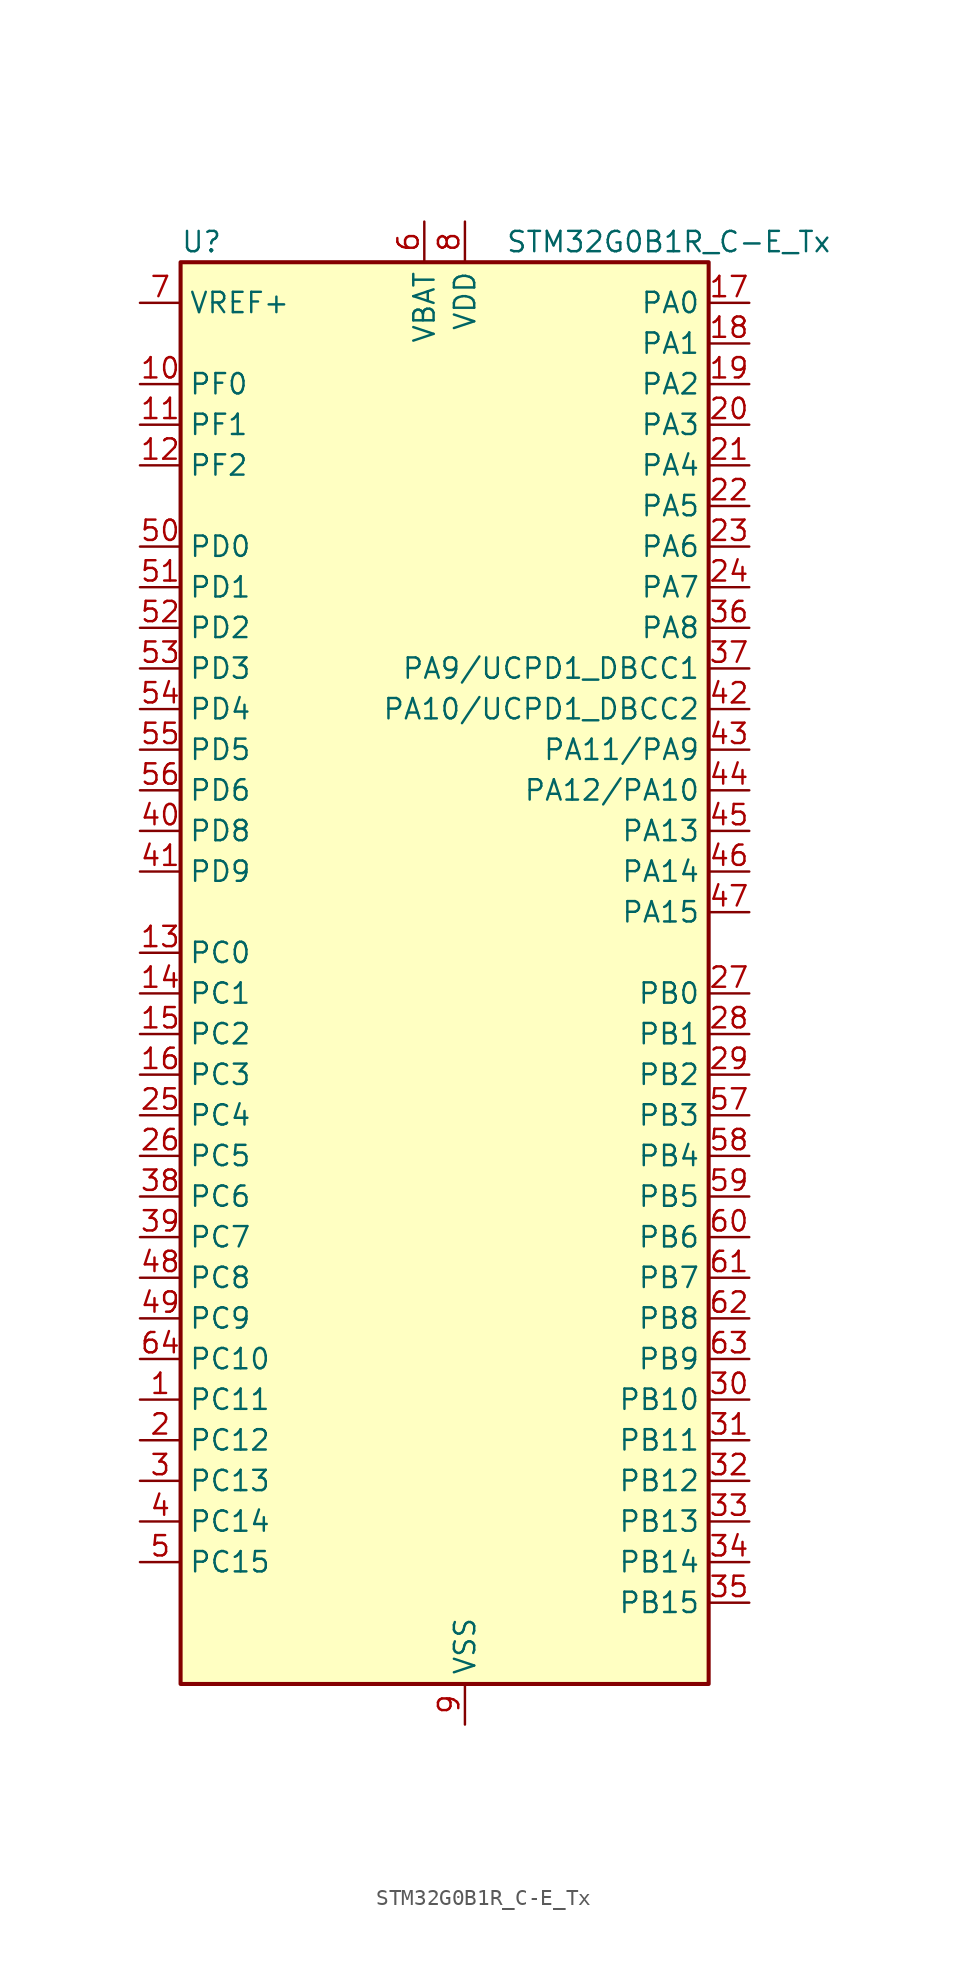
<source format=kicad_sym>
(kicad_symbol_lib
  (version 20211014)
  (generator kicad-library-utils)
  (symbol "STM32G0B1R_C-E_Tx"
    (property "Reference" "U"
      (at -15.24 46.99 0)
      (effects (font (size 1.27 1.27)) (justify left)))
    (property "Value" "STM32G0B1R_C-E_Tx"
      (at 5.08 46.99 0)
      (effects (font (size 1.27 1.27)) (justify left)))
    (property "ki_fp_filters" "LQFP*10x10mm*P0.5mm*"
      (at 0.0 0.0 0.0)
      (effects (font (size 1.27 1.27))))
    (symbol "STM32G0B1R_C-E_Tx_0_1"
      (rectangle (start -15.24 -43.18) (end 17.78 45.72) (stroke (width 0.254)) (fill (type background))))
    (symbol "STM32G0B1R_C-E_Tx_1_1"
      (pin input line (at -17.78 43.18 0) (length 2.54) (name "VREF+" (effects (font (size 1.27 1.27)))) (number "7" (effects (font (size 1.27 1.27)))) (alternate "VREFBUF_OUT" bidirectional line))
      (pin bidirectional line (at -17.78 38.1 0) (length 2.54) (name "PF0" (effects (font (size 1.27 1.27)))) (number "10" (effects (font (size 1.27 1.27)))) (alternate "CRS1_SYNC" bidirectional line) (alternate "RCC_OSC_IN" bidirectional line) (alternate "TIM14_CH1" bidirectional line))
      (pin bidirectional line (at -17.78 35.56 0) (length 2.54) (name "PF1" (effects (font (size 1.27 1.27)))) (number "11" (effects (font (size 1.27 1.27)))) (alternate "RCC_OSC_EN" bidirectional line) (alternate "RCC_OSC_OUT" bidirectional line) (alternate "TIM15_CH1N" bidirectional line))
      (pin bidirectional line (at -17.78 33.02 0) (length 2.54) (name "PF2" (effects (font (size 1.27 1.27)))) (number "12" (effects (font (size 1.27 1.27)))) (alternate "LPUART2_DE" bidirectional line) (alternate "LPUART2_RTS" bidirectional line) (alternate "LPUART2_TX" bidirectional line) (alternate "RCC_MCO" bidirectional line))
      (pin bidirectional line (at -17.78 27.94 0) (length 2.54) (name "PD0" (effects (font (size 1.27 1.27)))) (number "50" (effects (font (size 1.27 1.27)))) (alternate "FDCAN1_RX" bidirectional line) (alternate "I2S2_WS" bidirectional line) (alternate "SPI2_NSS" bidirectional line) (alternate "TIM16_CH1" bidirectional line) (alternate "UCPD2_CC1" bidirectional line))
      (pin bidirectional line (at -17.78 25.4 0) (length 2.54) (name "PD1" (effects (font (size 1.27 1.27)))) (number "51" (effects (font (size 1.27 1.27)))) (alternate "FDCAN1_TX" bidirectional line) (alternate "I2S2_CK" bidirectional line) (alternate "SPI2_SCK" bidirectional line) (alternate "TIM17_CH1" bidirectional line) (alternate "UCPD2_DBCC1" bidirectional line))
      (pin bidirectional line (at -17.78 22.86 0) (length 2.54) (name "PD2" (effects (font (size 1.27 1.27)))) (number "52" (effects (font (size 1.27 1.27)))) (alternate "TIM1_CH1N" bidirectional line) (alternate "TIM3_ETR" bidirectional line) (alternate "UCPD2_CC2" bidirectional line) (alternate "USART3_CK" bidirectional line) (alternate "USART3_DE" bidirectional line) (alternate "USART3_RTS" bidirectional line) (alternate "USART5_RX" bidirectional line))
      (pin bidirectional line (at -17.78 20.32 0) (length 2.54) (name "PD3" (effects (font (size 1.27 1.27)))) (number "53" (effects (font (size 1.27 1.27)))) (alternate "I2S2_MCK" bidirectional line) (alternate "SPI2_MISO" bidirectional line) (alternate "TIM1_CH2N" bidirectional line) (alternate "UCPD2_DBCC2" bidirectional line) (alternate "USART2_CTS" bidirectional line) (alternate "USART2_NSS" bidirectional line) (alternate "USART5_TX" bidirectional line))
      (pin bidirectional line (at -17.78 17.78 0) (length 2.54) (name "PD4" (effects (font (size 1.27 1.27)))) (number "54" (effects (font (size 1.27 1.27)))) (alternate "I2S2_SD" bidirectional line) (alternate "SPI2_MOSI" bidirectional line) (alternate "TIM1_CH3N" bidirectional line) (alternate "USART2_CK" bidirectional line) (alternate "USART2_DE" bidirectional line) (alternate "USART2_RTS" bidirectional line) (alternate "USART5_CK" bidirectional line) (alternate "USART5_DE" bidirectional line) (alternate "USART5_RTS" bidirectional line))
      (pin bidirectional line (at -17.78 15.24 0) (length 2.54) (name "PD5" (effects (font (size 1.27 1.27)))) (number "55" (effects (font (size 1.27 1.27)))) (alternate "I2S1_MCK" bidirectional line) (alternate "SPI1_MISO" bidirectional line) (alternate "TIM1_BK" bidirectional line) (alternate "USART2_TX" bidirectional line) (alternate "USART5_CTS" bidirectional line) (alternate "USART5_NSS" bidirectional line))
      (pin bidirectional line (at -17.78 12.7 0) (length 2.54) (name "PD6" (effects (font (size 1.27 1.27)))) (number "56" (effects (font (size 1.27 1.27)))) (alternate "I2S1_SD" bidirectional line) (alternate "LPTIM2_OUT" bidirectional line) (alternate "SPI1_MOSI" bidirectional line) (alternate "USART2_RX" bidirectional line))
      (pin bidirectional line (at -17.78 10.16 0) (length 2.54) (name "PD8" (effects (font (size 1.27 1.27)))) (number "40" (effects (font (size 1.27 1.27)))) (alternate "I2S1_CK" bidirectional line) (alternate "LPTIM1_OUT" bidirectional line) (alternate "SPI1_SCK" bidirectional line) (alternate "USART3_TX" bidirectional line))
      (pin bidirectional line (at -17.78 7.62 0) (length 2.54) (name "PD9" (effects (font (size 1.27 1.27)))) (number "41" (effects (font (size 1.27 1.27)))) (alternate "DAC1_EXTI9" bidirectional line) (alternate "I2S1_WS" bidirectional line) (alternate "SPI1_NSS" bidirectional line) (alternate "TIM1_BK2" bidirectional line) (alternate "USART3_RX" bidirectional line))
      (pin bidirectional line (at -17.78 2.54 0) (length 2.54) (name "PC0" (effects (font (size 1.27 1.27)))) (number "13" (effects (font (size 1.27 1.27)))) (alternate "COMP3_INM" bidirectional line) (alternate "COMP3_OUT" bidirectional line) (alternate "I2C3_SCL" bidirectional line) (alternate "LPTIM1_IN1" bidirectional line) (alternate "LPTIM2_IN1" bidirectional line) (alternate "LPUART1_RX" bidirectional line) (alternate "LPUART2_TX" bidirectional line) (alternate "USART6_TX" bidirectional line))
      (pin bidirectional line (at -17.78 0.0 0) (length 2.54) (name "PC1" (effects (font (size 1.27 1.27)))) (number "14" (effects (font (size 1.27 1.27)))) (alternate "COMP3_INP" bidirectional line) (alternate "I2C3_SDA" bidirectional line) (alternate "LPTIM1_OUT" bidirectional line) (alternate "LPUART1_TX" bidirectional line) (alternate "LPUART2_RX" bidirectional line) (alternate "TIM15_CH1" bidirectional line) (alternate "USART6_RX" bidirectional line))
      (pin bidirectional line (at -17.78 -2.54 0) (length 2.54) (name "PC2" (effects (font (size 1.27 1.27)))) (number "15" (effects (font (size 1.27 1.27)))) (alternate "COMP3_OUT" bidirectional line) (alternate "FDCAN2_RX" bidirectional line) (alternate "I2S2_MCK" bidirectional line) (alternate "LPTIM1_IN2" bidirectional line) (alternate "SPI2_MISO" bidirectional line) (alternate "TIM15_CH2" bidirectional line))
      (pin bidirectional line (at -17.78 -5.08 0) (length 2.54) (name "PC3" (effects (font (size 1.27 1.27)))) (number "16" (effects (font (size 1.27 1.27)))) (alternate "FDCAN2_TX" bidirectional line) (alternate "I2S2_SD" bidirectional line) (alternate "LPTIM1_ETR" bidirectional line) (alternate "LPTIM2_ETR" bidirectional line) (alternate "SPI2_MOSI" bidirectional line))
      (pin bidirectional line (at -17.78 -7.62 0) (length 2.54) (name "PC4" (effects (font (size 1.27 1.27)))) (number "25" (effects (font (size 1.27 1.27)))) (alternate "ADC1_IN17" bidirectional line) (alternate "COMP1_INM" bidirectional line) (alternate "FDCAN1_RX" bidirectional line) (alternate "TIM2_CH1" bidirectional line) (alternate "TIM2_ETR" bidirectional line) (alternate "USART1_TX" bidirectional line) (alternate "USART3_TX" bidirectional line))
      (pin bidirectional line (at -17.78 -10.16 0) (length 2.54) (name "PC5" (effects (font (size 1.27 1.27)))) (number "26" (effects (font (size 1.27 1.27)))) (alternate "ADC1_IN18" bidirectional line) (alternate "COMP1_INP" bidirectional line) (alternate "FDCAN1_TX" bidirectional line) (alternate "SYS_WKUP5" bidirectional line) (alternate "TIM2_CH2" bidirectional line) (alternate "USART1_RX" bidirectional line) (alternate "USART3_RX" bidirectional line))
      (pin bidirectional line (at -17.78 -12.7 0) (length 2.54) (name "PC6" (effects (font (size 1.27 1.27)))) (number "38" (effects (font (size 1.27 1.27)))) (alternate "LPUART2_TX" bidirectional line) (alternate "TIM2_CH3" bidirectional line) (alternate "TIM3_CH1" bidirectional line) (alternate "UCPD1_FRSTX1" bidirectional line) (alternate "UCPD1_FRSTX2" bidirectional line))
      (pin bidirectional line (at -17.78 -15.24 0) (length 2.54) (name "PC7" (effects (font (size 1.27 1.27)))) (number "39" (effects (font (size 1.27 1.27)))) (alternate "LPUART2_RX" bidirectional line) (alternate "TIM2_CH4" bidirectional line) (alternate "TIM3_CH2" bidirectional line) (alternate "UCPD2_FRSTX1" bidirectional line) (alternate "UCPD2_FRSTX2" bidirectional line))
      (pin bidirectional line (at -17.78 -17.78 0) (length 2.54) (name "PC8" (effects (font (size 1.27 1.27)))) (number "48" (effects (font (size 1.27 1.27)))) (alternate "LPUART2_CTS" bidirectional line) (alternate "TIM1_CH1" bidirectional line) (alternate "TIM3_CH3" bidirectional line) (alternate "UCPD2_FRSTX1" bidirectional line) (alternate "UCPD2_FRSTX2" bidirectional line))
      (pin bidirectional line (at -17.78 -20.32 0) (length 2.54) (name "PC9" (effects (font (size 1.27 1.27)))) (number "49" (effects (font (size 1.27 1.27)))) (alternate "DAC1_EXTI9" bidirectional line) (alternate "I2S_CKIN" bidirectional line) (alternate "LPUART2_DE" bidirectional line) (alternate "LPUART2_RTS" bidirectional line) (alternate "TIM1_CH2" bidirectional line) (alternate "TIM3_CH4" bidirectional line) (alternate "USB_NOE" bidirectional line))
      (pin bidirectional line (at -17.78 -22.86 0) (length 2.54) (name "PC10" (effects (font (size 1.27 1.27)))) (number "64" (effects (font (size 1.27 1.27)))) (alternate "SPI3_SCK" bidirectional line) (alternate "TIM1_CH3" bidirectional line) (alternate "USART3_TX" bidirectional line) (alternate "USART4_TX" bidirectional line))
      (pin bidirectional line (at -17.78 -25.4 0) (length 2.54) (name "PC11" (effects (font (size 1.27 1.27)))) (number "1" (effects (font (size 1.27 1.27)))) (alternate "ADC1_EXTI11" bidirectional line) (alternate "SPI3_MISO" bidirectional line) (alternate "TIM1_CH4" bidirectional line) (alternate "USART3_RX" bidirectional line) (alternate "USART4_RX" bidirectional line))
      (pin bidirectional line (at -17.78 -27.94 0) (length 2.54) (name "PC12" (effects (font (size 1.27 1.27)))) (number "2" (effects (font (size 1.27 1.27)))) (alternate "LPTIM1_IN1" bidirectional line) (alternate "SPI3_MOSI" bidirectional line) (alternate "TIM14_CH1" bidirectional line) (alternate "UCPD1_FRSTX1" bidirectional line) (alternate "UCPD1_FRSTX2" bidirectional line) (alternate "USART5_TX" bidirectional line))
      (pin bidirectional line (at -17.78 -30.48 0) (length 2.54) (name "PC13" (effects (font (size 1.27 1.27)))) (number "3" (effects (font (size 1.27 1.27)))) (alternate "RTC_OUT1" bidirectional line) (alternate "RTC_TAMP_IN1" bidirectional line) (alternate "RTC_TS" bidirectional line) (alternate "SYS_WKUP2" bidirectional line) (alternate "TIM1_BK" bidirectional line))
      (pin bidirectional line (at -17.78 -33.02 0) (length 2.54) (name "PC14" (effects (font (size 1.27 1.27)))) (number "4" (effects (font (size 1.27 1.27)))) (alternate "RCC_OSC32_IN" bidirectional line) (alternate "TIM1_BK2" bidirectional line))
      (pin bidirectional line (at -17.78 -35.56 0) (length 2.54) (name "PC15" (effects (font (size 1.27 1.27)))) (number "5" (effects (font (size 1.27 1.27)))) (alternate "RCC_OSC32_EN" bidirectional line) (alternate "RCC_OSC32_OUT" bidirectional line) (alternate "RCC_OSC_EN" bidirectional line) (alternate "TIM15_BK" bidirectional line))
      (pin bidirectional line (at 20.32 43.18 180) (length 2.54) (name "PA0" (effects (font (size 1.27 1.27)))) (number "17" (effects (font (size 1.27 1.27)))) (alternate "ADC1_IN0" bidirectional line) (alternate "COMP1_INM" bidirectional line) (alternate "COMP1_OUT" bidirectional line) (alternate "I2S2_CK" bidirectional line) (alternate "LPTIM1_OUT" bidirectional line) (alternate "RTC_TAMP_IN2" bidirectional line) (alternate "SPI2_SCK" bidirectional line) (alternate "SYS_WKUP1" bidirectional line) (alternate "TIM2_CH1" bidirectional line) (alternate "TIM2_ETR" bidirectional line) (alternate "UCPD2_FRSTX1" bidirectional line) (alternate "UCPD2_FRSTX2" bidirectional line) (alternate "USART2_CTS" bidirectional line) (alternate "USART2_NSS" bidirectional line) (alternate "USART4_TX" bidirectional line))
      (pin bidirectional line (at 20.32 40.64 180) (length 2.54) (name "PA1" (effects (font (size 1.27 1.27)))) (number "18" (effects (font (size 1.27 1.27)))) (alternate "ADC1_IN1" bidirectional line) (alternate "COMP1_INP" bidirectional line) (alternate "I2C1_SMBA" bidirectional line) (alternate "I2S1_CK" bidirectional line) (alternate "SPI1_SCK" bidirectional line) (alternate "TIM15_CH1N" bidirectional line) (alternate "TIM2_CH2" bidirectional line) (alternate "USART2_CK" bidirectional line) (alternate "USART2_DE" bidirectional line) (alternate "USART2_RTS" bidirectional line) (alternate "USART4_RX" bidirectional line))
      (pin bidirectional line (at 20.32 38.1 180) (length 2.54) (name "PA2" (effects (font (size 1.27 1.27)))) (number "19" (effects (font (size 1.27 1.27)))) (alternate "ADC1_IN2" bidirectional line) (alternate "COMP2_INM" bidirectional line) (alternate "COMP2_OUT" bidirectional line) (alternate "I2S1_SD" bidirectional line) (alternate "LPUART1_TX" bidirectional line) (alternate "RCC_LSCO" bidirectional line) (alternate "SPI1_MOSI" bidirectional line) (alternate "SYS_WKUP4" bidirectional line) (alternate "TIM15_CH1" bidirectional line) (alternate "TIM2_CH3" bidirectional line) (alternate "UCPD1_FRSTX1" bidirectional line) (alternate "UCPD1_FRSTX2" bidirectional line) (alternate "USART2_TX" bidirectional line))
      (pin bidirectional line (at 20.32 35.56 180) (length 2.54) (name "PA3" (effects (font (size 1.27 1.27)))) (number "20" (effects (font (size 1.27 1.27)))) (alternate "ADC1_IN3" bidirectional line) (alternate "COMP2_INP" bidirectional line) (alternate "I2S2_MCK" bidirectional line) (alternate "LPUART1_RX" bidirectional line) (alternate "SPI2_MISO" bidirectional line) (alternate "TIM15_CH2" bidirectional line) (alternate "TIM2_CH4" bidirectional line) (alternate "UCPD2_FRSTX1" bidirectional line) (alternate "UCPD2_FRSTX2" bidirectional line) (alternate "USART2_RX" bidirectional line))
      (pin bidirectional line (at 20.32 33.02 180) (length 2.54) (name "PA4" (effects (font (size 1.27 1.27)))) (number "21" (effects (font (size 1.27 1.27)))) (alternate "ADC1_IN4" bidirectional line) (alternate "DAC1_OUT1" bidirectional line) (alternate "I2S1_WS" bidirectional line) (alternate "I2S2_SD" bidirectional line) (alternate "LPTIM2_OUT" bidirectional line) (alternate "RTC_OUT2" bidirectional line) (alternate "SPI1_NSS" bidirectional line) (alternate "SPI2_MOSI" bidirectional line) (alternate "SPI3_NSS" bidirectional line) (alternate "TIM14_CH1" bidirectional line) (alternate "UCPD2_FRSTX1" bidirectional line) (alternate "UCPD2_FRSTX2" bidirectional line) (alternate "USART6_TX" bidirectional line) (alternate "USB_NOE" bidirectional line))
      (pin bidirectional line (at 20.32 30.48 180) (length 2.54) (name "PA5" (effects (font (size 1.27 1.27)))) (number "22" (effects (font (size 1.27 1.27)))) (alternate "ADC1_IN5" bidirectional line) (alternate "CEC" bidirectional line) (alternate "DAC1_OUT2" bidirectional line) (alternate "I2S1_CK" bidirectional line) (alternate "LPTIM2_ETR" bidirectional line) (alternate "SPI1_SCK" bidirectional line) (alternate "TIM2_CH1" bidirectional line) (alternate "TIM2_ETR" bidirectional line) (alternate "UCPD1_FRSTX1" bidirectional line) (alternate "UCPD1_FRSTX2" bidirectional line) (alternate "USART3_TX" bidirectional line) (alternate "USART6_RX" bidirectional line))
      (pin bidirectional line (at 20.32 27.94 180) (length 2.54) (name "PA6" (effects (font (size 1.27 1.27)))) (number "23" (effects (font (size 1.27 1.27)))) (alternate "ADC1_IN6" bidirectional line) (alternate "COMP1_OUT" bidirectional line) (alternate "I2C2_SDA" bidirectional line) (alternate "I2C3_SDA" bidirectional line) (alternate "I2S1_MCK" bidirectional line) (alternate "LPUART1_CTS" bidirectional line) (alternate "SPI1_MISO" bidirectional line) (alternate "TIM16_CH1" bidirectional line) (alternate "TIM1_BK" bidirectional line) (alternate "TIM3_CH1" bidirectional line) (alternate "USART3_CTS" bidirectional line) (alternate "USART3_NSS" bidirectional line) (alternate "USART6_CTS" bidirectional line) (alternate "USART6_NSS" bidirectional line))
      (pin bidirectional line (at 20.32 25.4 180) (length 2.54) (name "PA7" (effects (font (size 1.27 1.27)))) (number "24" (effects (font (size 1.27 1.27)))) (alternate "ADC1_IN7" bidirectional line) (alternate "COMP2_OUT" bidirectional line) (alternate "I2C2_SCL" bidirectional line) (alternate "I2C3_SCL" bidirectional line) (alternate "I2S1_SD" bidirectional line) (alternate "SPI1_MOSI" bidirectional line) (alternate "TIM14_CH1" bidirectional line) (alternate "TIM17_CH1" bidirectional line) (alternate "TIM1_CH1N" bidirectional line) (alternate "TIM3_CH2" bidirectional line) (alternate "UCPD1_FRSTX1" bidirectional line) (alternate "UCPD1_FRSTX2" bidirectional line) (alternate "USART6_CK" bidirectional line) (alternate "USART6_DE" bidirectional line) (alternate "USART6_RTS" bidirectional line))
      (pin bidirectional line (at 20.32 22.86 180) (length 2.54) (name "PA8" (effects (font (size 1.27 1.27)))) (number "36" (effects (font (size 1.27 1.27)))) (alternate "CRS1_SYNC" bidirectional line) (alternate "I2C2_SMBA" bidirectional line) (alternate "I2S2_WS" bidirectional line) (alternate "LPTIM2_OUT" bidirectional line) (alternate "RCC_MCO" bidirectional line) (alternate "SPI2_NSS" bidirectional line) (alternate "TIM1_CH1" bidirectional line) (alternate "UCPD1_CC1" bidirectional line))
      (pin bidirectional line (at 20.32 20.32 180) (length 2.54) (name "PA9/UCPD1_DBCC1" (effects (font (size 1.27 1.27)))) (number "37" (effects (font (size 1.27 1.27)))) (alternate "DAC1_EXTI9" bidirectional line) (alternate "I2C1_SCL" bidirectional line) (alternate "I2C2_SCL" bidirectional line) (alternate "I2S2_MCK" bidirectional line) (alternate "RCC_MCO" bidirectional line) (alternate "SPI2_MISO" bidirectional line) (alternate "TIM15_BK" bidirectional line) (alternate "TIM1_CH2" bidirectional line) (alternate "UCPD1_DBCC1" bidirectional line) (alternate "USART1_TX" bidirectional line))
      (pin bidirectional line (at 20.32 17.78 180) (length 2.54) (name "PA10/UCPD1_DBCC2" (effects (font (size 1.27 1.27)))) (number "42" (effects (font (size 1.27 1.27)))) (alternate "I2C1_SDA" bidirectional line) (alternate "I2C2_SDA" bidirectional line) (alternate "I2S2_SD" bidirectional line) (alternate "RCC_MCO_2" bidirectional line) (alternate "SPI2_MOSI" bidirectional line) (alternate "TIM17_BK" bidirectional line) (alternate "TIM1_CH3" bidirectional line) (alternate "UCPD1_DBCC2" bidirectional line) (alternate "USART1_RX" bidirectional line))
      (pin bidirectional line (at 20.32 15.24 180) (length 2.54) (name "PA11/PA9" (effects (font (size 1.27 1.27)))) (number "43" (effects (font (size 1.27 1.27)))) (alternate "ADC1_EXTI11" bidirectional line) (alternate "COMP1_OUT" bidirectional line) (alternate "FDCAN1_RX" bidirectional line) (alternate "I2C2_SCL" bidirectional line) (alternate "I2S1_MCK" bidirectional line) (alternate "SPI1_MISO" bidirectional line) (alternate "TIM1_BK2" bidirectional line) (alternate "TIM1_CH4" bidirectional line) (alternate "USART1_CTS" bidirectional line) (alternate "USART1_NSS" bidirectional line) (alternate "USB_DM" bidirectional line))
      (pin bidirectional line (at 20.32 12.7 180) (length 2.54) (name "PA12/PA10" (effects (font (size 1.27 1.27)))) (number "44" (effects (font (size 1.27 1.27)))) (alternate "COMP2_OUT" bidirectional line) (alternate "FDCAN1_TX" bidirectional line) (alternate "I2C2_SDA" bidirectional line) (alternate "I2S1_SD" bidirectional line) (alternate "I2S_CKIN" bidirectional line) (alternate "SPI1_MOSI" bidirectional line) (alternate "TIM1_ETR" bidirectional line) (alternate "USART1_CK" bidirectional line) (alternate "USART1_DE" bidirectional line) (alternate "USART1_RTS" bidirectional line) (alternate "USB_DP" bidirectional line))
      (pin bidirectional line (at 20.32 10.16 180) (length 2.54) (name "PA13" (effects (font (size 1.27 1.27)))) (number "45" (effects (font (size 1.27 1.27)))) (alternate "IR_OUT" bidirectional line) (alternate "LPUART2_RX" bidirectional line) (alternate "SYS_SWDIO" bidirectional line) (alternate "USB_NOE" bidirectional line))
      (pin bidirectional line (at 20.32 7.62 180) (length 2.54) (name "PA14" (effects (font (size 1.27 1.27)))) (number "46" (effects (font (size 1.27 1.27)))) (alternate "LPUART2_TX" bidirectional line) (alternate "SYS_SWCLK" bidirectional line) (alternate "USART2_TX" bidirectional line))
      (pin bidirectional line (at 20.32 5.08 180) (length 2.54) (name "PA15" (effects (font (size 1.27 1.27)))) (number "47" (effects (font (size 1.27 1.27)))) (alternate "I2C2_SMBA" bidirectional line) (alternate "I2S1_WS" bidirectional line) (alternate "RCC_MCO_2" bidirectional line) (alternate "SPI1_NSS" bidirectional line) (alternate "SPI3_NSS" bidirectional line) (alternate "TIM2_CH1" bidirectional line) (alternate "TIM2_ETR" bidirectional line) (alternate "USART2_RX" bidirectional line) (alternate "USART3_CK" bidirectional line) (alternate "USART3_DE" bidirectional line) (alternate "USART3_RTS" bidirectional line) (alternate "USART4_CK" bidirectional line) (alternate "USART4_DE" bidirectional line) (alternate "USART4_RTS" bidirectional line) (alternate "USB_NOE" bidirectional line))
      (pin bidirectional line (at 20.32 0.0 180) (length 2.54) (name "PB0" (effects (font (size 1.27 1.27)))) (number "27" (effects (font (size 1.27 1.27)))) (alternate "ADC1_IN8" bidirectional line) (alternate "COMP1_OUT" bidirectional line) (alternate "COMP3_INP" bidirectional line) (alternate "FDCAN2_RX" bidirectional line) (alternate "I2S1_WS" bidirectional line) (alternate "LPTIM1_OUT" bidirectional line) (alternate "LPUART2_CTS" bidirectional line) (alternate "SPI1_NSS" bidirectional line) (alternate "TIM1_CH2N" bidirectional line) (alternate "TIM3_CH3" bidirectional line) (alternate "UCPD1_FRSTX1" bidirectional line) (alternate "UCPD1_FRSTX2" bidirectional line) (alternate "USART3_RX" bidirectional line) (alternate "USART5_TX" bidirectional line))
      (pin bidirectional line (at 20.32 -2.54 180) (length 2.54) (name "PB1" (effects (font (size 1.27 1.27)))) (number "28" (effects (font (size 1.27 1.27)))) (alternate "ADC1_IN9" bidirectional line) (alternate "COMP1_INM" bidirectional line) (alternate "COMP3_OUT" bidirectional line) (alternate "FDCAN2_TX" bidirectional line) (alternate "LPTIM2_IN1" bidirectional line) (alternate "LPUART1_DE" bidirectional line) (alternate "LPUART1_RTS" bidirectional line) (alternate "LPUART2_DE" bidirectional line) (alternate "LPUART2_RTS" bidirectional line) (alternate "TIM14_CH1" bidirectional line) (alternate "TIM1_CH3N" bidirectional line) (alternate "TIM3_CH4" bidirectional line) (alternate "USART3_CK" bidirectional line) (alternate "USART3_DE" bidirectional line) (alternate "USART3_RTS" bidirectional line) (alternate "USART5_RX" bidirectional line))
      (pin bidirectional line (at 20.32 -5.08 180) (length 2.54) (name "PB2" (effects (font (size 1.27 1.27)))) (number "29" (effects (font (size 1.27 1.27)))) (alternate "ADC1_IN10" bidirectional line) (alternate "COMP1_INP" bidirectional line) (alternate "COMP3_INM" bidirectional line) (alternate "I2S2_MCK" bidirectional line) (alternate "LPTIM1_OUT" bidirectional line) (alternate "RCC_MCO_2" bidirectional line) (alternate "SPI2_MISO" bidirectional line) (alternate "USART3_TX" bidirectional line))
      (pin bidirectional line (at 20.32 -7.62 180) (length 2.54) (name "PB3" (effects (font (size 1.27 1.27)))) (number "57" (effects (font (size 1.27 1.27)))) (alternate "COMP2_INM" bidirectional line) (alternate "I2C2_SCL" bidirectional line) (alternate "I2C3_SCL" bidirectional line) (alternate "I2S1_CK" bidirectional line) (alternate "SPI1_SCK" bidirectional line) (alternate "SPI3_SCK" bidirectional line) (alternate "TIM1_CH2" bidirectional line) (alternate "TIM2_CH2" bidirectional line) (alternate "USART1_CK" bidirectional line) (alternate "USART1_DE" bidirectional line) (alternate "USART1_RTS" bidirectional line) (alternate "USART5_TX" bidirectional line))
      (pin bidirectional line (at 20.32 -10.16 180) (length 2.54) (name "PB4" (effects (font (size 1.27 1.27)))) (number "58" (effects (font (size 1.27 1.27)))) (alternate "COMP2_INP" bidirectional line) (alternate "I2C2_SDA" bidirectional line) (alternate "I2C3_SDA" bidirectional line) (alternate "I2S1_MCK" bidirectional line) (alternate "SPI1_MISO" bidirectional line) (alternate "SPI3_MISO" bidirectional line) (alternate "TIM17_BK" bidirectional line) (alternate "TIM3_CH1" bidirectional line) (alternate "USART1_CTS" bidirectional line) (alternate "USART1_NSS" bidirectional line) (alternate "USART5_RX" bidirectional line))
      (pin bidirectional line (at 20.32 -12.7 180) (length 2.54) (name "PB5" (effects (font (size 1.27 1.27)))) (number "59" (effects (font (size 1.27 1.27)))) (alternate "COMP2_OUT" bidirectional line) (alternate "FDCAN2_RX" bidirectional line) (alternate "I2C1_SMBA" bidirectional line) (alternate "I2S1_SD" bidirectional line) (alternate "LPTIM1_IN1" bidirectional line) (alternate "SPI1_MOSI" bidirectional line) (alternate "SPI3_MOSI" bidirectional line) (alternate "SYS_WKUP6" bidirectional line) (alternate "TIM16_BK" bidirectional line) (alternate "TIM3_CH2" bidirectional line) (alternate "USART5_CK" bidirectional line) (alternate "USART5_DE" bidirectional line) (alternate "USART5_RTS" bidirectional line))
      (pin bidirectional line (at 20.32 -15.24 180) (length 2.54) (name "PB6" (effects (font (size 1.27 1.27)))) (number "60" (effects (font (size 1.27 1.27)))) (alternate "COMP2_INP" bidirectional line) (alternate "FDCAN2_TX" bidirectional line) (alternate "I2C1_SCL" bidirectional line) (alternate "I2S2_MCK" bidirectional line) (alternate "LPTIM1_ETR" bidirectional line) (alternate "LPUART2_TX" bidirectional line) (alternate "SPI2_MISO" bidirectional line) (alternate "TIM16_CH1N" bidirectional line) (alternate "TIM1_CH3" bidirectional line) (alternate "TIM4_CH1" bidirectional line) (alternate "USART1_TX" bidirectional line) (alternate "USART5_CTS" bidirectional line) (alternate "USART5_NSS" bidirectional line))
      (pin bidirectional line (at 20.32 -17.78 180) (length 2.54) (name "PB7" (effects (font (size 1.27 1.27)))) (number "61" (effects (font (size 1.27 1.27)))) (alternate "COMP2_INM" bidirectional line) (alternate "I2C1_SDA" bidirectional line) (alternate "I2S2_SD" bidirectional line) (alternate "LPTIM1_IN2" bidirectional line) (alternate "LPUART2_RX" bidirectional line) (alternate "SPI2_MOSI" bidirectional line) (alternate "SYS_PVD_IN" bidirectional line) (alternate "TIM17_CH1N" bidirectional line) (alternate "TIM4_CH2" bidirectional line) (alternate "USART1_RX" bidirectional line) (alternate "USART4_CTS" bidirectional line) (alternate "USART4_NSS" bidirectional line))
      (pin bidirectional line (at 20.32 -20.32 180) (length 2.54) (name "PB8" (effects (font (size 1.27 1.27)))) (number "62" (effects (font (size 1.27 1.27)))) (alternate "CEC" bidirectional line) (alternate "FDCAN1_RX" bidirectional line) (alternate "I2C1_SCL" bidirectional line) (alternate "I2S2_CK" bidirectional line) (alternate "SPI2_SCK" bidirectional line) (alternate "TIM15_BK" bidirectional line) (alternate "TIM16_CH1" bidirectional line) (alternate "TIM4_CH3" bidirectional line) (alternate "USART3_TX" bidirectional line) (alternate "USART6_TX" bidirectional line))
      (pin bidirectional line (at 20.32 -22.86 180) (length 2.54) (name "PB9" (effects (font (size 1.27 1.27)))) (number "63" (effects (font (size 1.27 1.27)))) (alternate "DAC1_EXTI9" bidirectional line) (alternate "FDCAN1_TX" bidirectional line) (alternate "I2C1_SDA" bidirectional line) (alternate "I2S2_WS" bidirectional line) (alternate "IR_OUT" bidirectional line) (alternate "SPI2_NSS" bidirectional line) (alternate "TIM17_CH1" bidirectional line) (alternate "TIM4_CH4" bidirectional line) (alternate "UCPD2_FRSTX1" bidirectional line) (alternate "UCPD2_FRSTX2" bidirectional line) (alternate "USART3_RX" bidirectional line) (alternate "USART6_RX" bidirectional line))
      (pin bidirectional line (at 20.32 -25.4 180) (length 2.54) (name "PB10" (effects (font (size 1.27 1.27)))) (number "30" (effects (font (size 1.27 1.27)))) (alternate "ADC1_IN11" bidirectional line) (alternate "CEC" bidirectional line) (alternate "COMP1_OUT" bidirectional line) (alternate "I2C2_SCL" bidirectional line) (alternate "I2S2_CK" bidirectional line) (alternate "LPUART1_RX" bidirectional line) (alternate "SPI2_SCK" bidirectional line) (alternate "TIM2_CH3" bidirectional line) (alternate "USART3_TX" bidirectional line))
      (pin bidirectional line (at 20.32 -27.94 180) (length 2.54) (name "PB11" (effects (font (size 1.27 1.27)))) (number "31" (effects (font (size 1.27 1.27)))) (alternate "ADC1_EXTI11" bidirectional line) (alternate "ADC1_IN15" bidirectional line) (alternate "COMP2_OUT" bidirectional line) (alternate "I2C2_SDA" bidirectional line) (alternate "I2S2_SD" bidirectional line) (alternate "LPUART1_TX" bidirectional line) (alternate "SPI2_MOSI" bidirectional line) (alternate "TIM2_CH4" bidirectional line) (alternate "USART3_RX" bidirectional line))
      (pin bidirectional line (at 20.32 -30.48 180) (length 2.54) (name "PB12" (effects (font (size 1.27 1.27)))) (number "32" (effects (font (size 1.27 1.27)))) (alternate "ADC1_IN16" bidirectional line) (alternate "FDCAN2_RX" bidirectional line) (alternate "I2C2_SMBA" bidirectional line) (alternate "I2S2_WS" bidirectional line) (alternate "LPUART1_DE" bidirectional line) (alternate "LPUART1_RTS" bidirectional line) (alternate "SPI2_NSS" bidirectional line) (alternate "TIM15_BK" bidirectional line) (alternate "TIM1_BK" bidirectional line) (alternate "UCPD2_FRSTX1" bidirectional line) (alternate "UCPD2_FRSTX2" bidirectional line))
      (pin bidirectional line (at 20.32 -33.02 180) (length 2.54) (name "PB13" (effects (font (size 1.27 1.27)))) (number "33" (effects (font (size 1.27 1.27)))) (alternate "FDCAN2_TX" bidirectional line) (alternate "I2C2_SCL" bidirectional line) (alternate "I2S2_CK" bidirectional line) (alternate "LPUART1_CTS" bidirectional line) (alternate "SPI2_SCK" bidirectional line) (alternate "TIM15_CH1N" bidirectional line) (alternate "TIM1_CH1N" bidirectional line) (alternate "USART3_CTS" bidirectional line) (alternate "USART3_NSS" bidirectional line))
      (pin bidirectional line (at 20.32 -35.56 180) (length 2.54) (name "PB14" (effects (font (size 1.27 1.27)))) (number "34" (effects (font (size 1.27 1.27)))) (alternate "I2C2_SDA" bidirectional line) (alternate "I2S2_MCK" bidirectional line) (alternate "SPI2_MISO" bidirectional line) (alternate "TIM15_CH1" bidirectional line) (alternate "TIM1_CH2N" bidirectional line) (alternate "UCPD1_FRSTX1" bidirectional line) (alternate "UCPD1_FRSTX2" bidirectional line) (alternate "USART3_CK" bidirectional line) (alternate "USART3_DE" bidirectional line) (alternate "USART3_RTS" bidirectional line) (alternate "USART6_CK" bidirectional line) (alternate "USART6_DE" bidirectional line) (alternate "USART6_RTS" bidirectional line))
      (pin bidirectional line (at 20.32 -38.1 180) (length 2.54) (name "PB15" (effects (font (size 1.27 1.27)))) (number "35" (effects (font (size 1.27 1.27)))) (alternate "I2S2_SD" bidirectional line) (alternate "RTC_REFIN" bidirectional line) (alternate "SPI2_MOSI" bidirectional line) (alternate "TIM15_CH1N" bidirectional line) (alternate "TIM15_CH2" bidirectional line) (alternate "TIM1_CH3N" bidirectional line) (alternate "UCPD1_CC2" bidirectional line) (alternate "USART6_CTS" bidirectional line) (alternate "USART6_NSS" bidirectional line))
      (pin power_in line (at 0.0 48.26 270) (length 2.54) (name "VBAT" (effects (font (size 1.27 1.27)))) (number "6" (effects (font (size 1.27 1.27)))))
      (pin power_in line (at 2.54 48.26 270) (length 2.54) (name "VDD" (effects (font (size 1.27 1.27)))) (number "8" (effects (font (size 1.27 1.27)))))
      (pin power_in line (at 2.54 -45.72 90) (length 2.54) (name "VSS" (effects (font (size 1.27 1.27)))) (number "9" (effects (font (size 1.27 1.27))))))))
</source>
